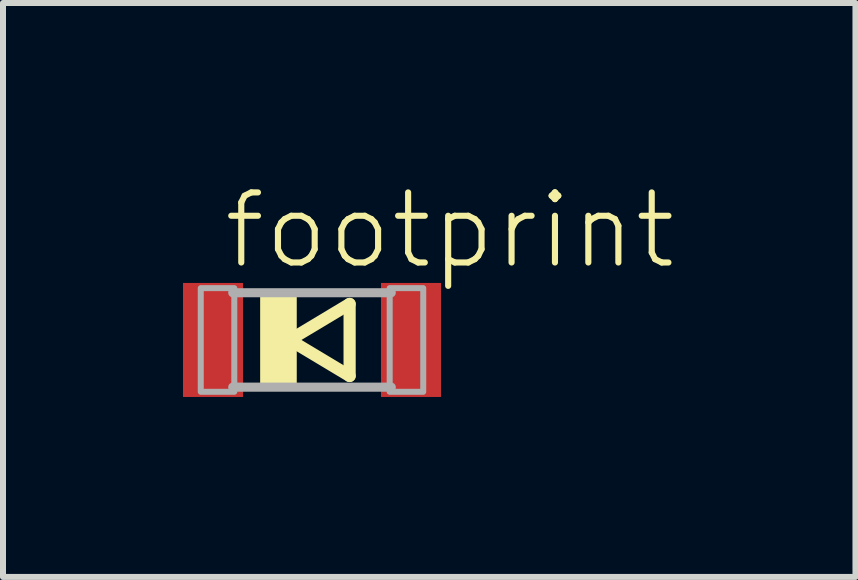
<source format=kicad_pcb>
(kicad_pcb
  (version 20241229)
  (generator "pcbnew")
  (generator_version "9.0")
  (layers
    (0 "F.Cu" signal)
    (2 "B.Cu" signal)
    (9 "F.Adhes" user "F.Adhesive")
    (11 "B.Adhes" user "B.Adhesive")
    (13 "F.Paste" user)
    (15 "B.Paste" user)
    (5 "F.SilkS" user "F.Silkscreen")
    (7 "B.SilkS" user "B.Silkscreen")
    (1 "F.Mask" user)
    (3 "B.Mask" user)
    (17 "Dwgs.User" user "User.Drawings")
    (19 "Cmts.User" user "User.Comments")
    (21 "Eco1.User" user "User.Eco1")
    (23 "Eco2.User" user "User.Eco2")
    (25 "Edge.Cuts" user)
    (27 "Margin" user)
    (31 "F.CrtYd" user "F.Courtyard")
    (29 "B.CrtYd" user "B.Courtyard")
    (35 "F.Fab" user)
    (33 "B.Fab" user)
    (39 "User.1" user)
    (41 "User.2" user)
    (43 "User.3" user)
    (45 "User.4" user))
  (footprint "footprint"
    (layer "F.Cu")
    (at 2.15 2.616)
    (property "Reference" "footprint" (at -1.524 -1.143 0) (layer "F.SilkS") (effects (font (size 1.168 1.168) (thickness 0.102)) (justify left bottom)))
    (fp_line (start -0.373 0) (end 0.627 0.6) (stroke (width 0.203) (type solid)) (layer "F.SilkS"))
    (fp_line (start 0.627 -0.6) (end -0.373 0) (stroke (width 0.203) (type solid)) (layer "F.SilkS"))
    (fp_line (start 0.627 0.6) (end 0.627 -0.6) (stroke (width 0.203) (type solid)) (layer "F.SilkS"))
    (fp_poly (pts (xy -0.864 0.787) (xy -0.254 0.787) (xy -0.254 -0.787) (xy -0.864 -0.787)) (stroke (width 0) (type solid)) (fill yes) (layer "F.SilkS"))
    (fp_line (start 1.321 -0.787) (end -1.321 -0.787) (stroke (width 0.152) (type solid)) (layer "F.Fab"))
    (fp_line (start 1.321 0.787) (end -1.321 0.787) (stroke (width 0.152) (type solid)) (layer "F.Fab"))
    (fp_poly (pts (xy -1.854 0.864) (xy -1.295 0.864) (xy -1.295 -0.864) (xy -1.854 -0.864)) (stroke (width 0.1) (type solid)) (fill no) (layer "F.Fab"))
    (fp_poly (pts (xy 1.295 0.864) (xy 1.854 0.864) (xy 1.854 -0.864) (xy 1.295 -0.864)) (stroke (width 0.1) (type solid)) (fill no) (layer "F.Fab"))
    (pad "A" smd rect (at 1.65 0) (size 1 1.9) (layers "F.Cu" "F.Mask" "F.Paste"))
    (pad "C" smd rect (at -1.65 0) (size 1 1.9) (layers "F.Cu" "F.Mask" "F.Paste")))
  (gr_rect
    (start -3 -3)
    (end 11.208 6.566)
    (stroke (width 0.1) (type default))
    (fill no)
    (layer "Edge.Cuts")))
</source>
